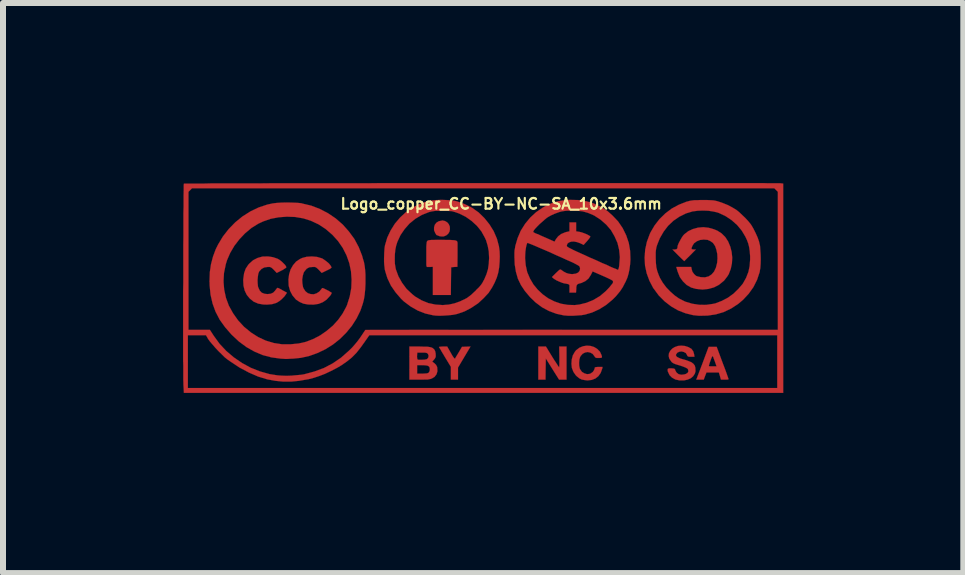
<source format=kicad_pcb>
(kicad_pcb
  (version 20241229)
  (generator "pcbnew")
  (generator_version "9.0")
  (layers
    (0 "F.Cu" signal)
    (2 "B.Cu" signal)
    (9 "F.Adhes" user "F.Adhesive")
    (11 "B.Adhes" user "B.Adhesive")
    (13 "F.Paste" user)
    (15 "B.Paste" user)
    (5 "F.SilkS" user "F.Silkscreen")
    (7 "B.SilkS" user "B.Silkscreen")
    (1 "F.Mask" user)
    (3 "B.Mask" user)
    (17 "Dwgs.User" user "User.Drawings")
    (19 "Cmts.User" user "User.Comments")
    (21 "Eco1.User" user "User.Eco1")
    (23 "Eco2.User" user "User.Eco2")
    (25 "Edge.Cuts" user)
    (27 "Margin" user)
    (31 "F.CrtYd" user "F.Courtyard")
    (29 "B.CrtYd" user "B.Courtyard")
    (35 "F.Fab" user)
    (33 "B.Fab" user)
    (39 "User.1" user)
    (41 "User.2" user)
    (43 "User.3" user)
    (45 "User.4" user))
  (footprint "Logo_copper_CC-BY-NC-SA_10x3.6mm"
    (layer "F.Cu")
    (at 5 1.746)
    (property "Reference" "Logo_copper_CC-BY-NC-SA_10x3.6mm" (at 0.3 -1.4 0) (layer "F.SilkS") (effects (font (size 0.178 0.178) (thickness 0.036))))
    (attr exclude_from_pos_files exclude_from_bom)
    (fp_poly (pts (xy -0.554 -0.978) (xy -0.561 -0.937) (xy -0.582 -0.902) (xy -0.615 -0.874) (xy -0.66 -0.856) (xy -0.663 -0.856) (xy -0.693 -0.856) (xy -0.726 -0.861) (xy -0.734 -0.864) (xy -0.759 -0.874) (xy -0.775 -0.879) (xy -0.782 -0.886) (xy -0.792 -0.904) (xy -0.798 -0.912) (xy -0.818 -0.96) (xy -0.818 -1.008) (xy -0.805 -1.052) (xy -0.777 -1.087) (xy -0.739 -1.11) (xy -0.688 -1.12) (xy -0.681 -1.123) (xy -0.635 -1.113) (xy -0.597 -1.09) (xy -0.572 -1.059) (xy -0.556 -1.021) (xy -0.554 -0.978)) (stroke (width 0.003) (type solid)) (fill yes) (layer "F.Cu"))
    (fp_poly (pts (xy 1.389 1.529) (xy 1.326 1.529) (xy 1.265 1.529) (xy 1.153 1.351) (xy 1.044 1.176) (xy 1.041 1.354) (xy 1.039 1.529) (xy 0.978 1.529) (xy 0.919 1.529) (xy 0.919 1.255) (xy 0.919 0.978) (xy 0.983 0.978) (xy 1.046 0.978) (xy 1.153 1.153) (xy 1.186 1.206) (xy 1.217 1.252) (xy 1.24 1.288) (xy 1.257 1.313) (xy 1.265 1.323) (xy 1.267 1.323) (xy 1.267 1.313) (xy 1.27 1.285) (xy 1.27 1.245) (xy 1.27 1.194) (xy 1.27 1.151) (xy 1.267 0.978) (xy 1.328 0.978) (xy 1.389 0.978) (xy 1.389 1.255) (xy 1.389 1.529)) (stroke (width 0.003) (type solid)) (fill yes) (layer "F.Cu"))
    (fp_poly (pts (xy -0.211 0.978) (xy -0.315 1.153) (xy -0.419 1.328) (xy -0.419 1.427) (xy -0.419 1.529) (xy -0.478 1.529) (xy -0.538 1.529) (xy -0.538 1.422) (xy -0.538 1.316) (xy -0.635 1.156) (xy -0.665 1.105) (xy -0.693 1.059) (xy -0.714 1.021) (xy -0.729 0.998) (xy -0.737 0.986) (xy -0.729 0.983) (xy -0.706 0.98) (xy -0.673 0.978) (xy -0.671 0.978) (xy -0.599 0.978) (xy -0.538 1.085) (xy -0.511 1.133) (xy -0.49 1.163) (xy -0.475 1.179) (xy -0.467 1.179) (xy -0.46 1.163) (xy -0.445 1.138) (xy -0.422 1.1) (xy -0.406 1.074) (xy -0.353 0.983) (xy -0.282 0.98) (xy -0.211 0.978)) (stroke (width 0.003) (type solid)) (fill yes) (layer "F.Cu"))
    (fp_poly (pts (xy 4.089 1.521) (xy 4.079 1.527) (xy 4.056 1.529) (xy 4.026 1.529) (xy 3.962 1.529) (xy 3.945 1.468) (xy 3.927 1.41) (xy 3.889 1.41) (xy 3.889 1.308) (xy 3.858 1.219) (xy 3.843 1.181) (xy 3.833 1.151) (xy 3.823 1.138) (xy 3.82 1.135) (xy 3.813 1.148) (xy 3.802 1.173) (xy 3.79 1.206) (xy 3.777 1.242) (xy 3.767 1.273) (xy 3.762 1.295) (xy 3.759 1.303) (xy 3.769 1.306) (xy 3.792 1.308) (xy 3.823 1.308) (xy 3.889 1.308) (xy 3.889 1.41) (xy 3.823 1.41) (xy 3.721 1.41) (xy 3.698 1.468) (xy 3.675 1.529) (xy 3.614 1.529) (xy 3.551 1.529) (xy 3.655 1.257) (xy 3.757 0.983) (xy 3.825 0.983) (xy 3.891 0.983) (xy 3.99 1.25) (xy 4.016 1.318) (xy 4.039 1.379) (xy 4.059 1.435) (xy 4.074 1.478) (xy 4.084 1.506) (xy 4.089 1.521)) (stroke (width 0.003) (type solid)) (fill yes) (layer "F.Cu"))
    (fp_poly (pts (xy -0.427 -0.709) (xy -0.427 -0.678) (xy -0.427 -0.635) (xy -0.427 -0.582) (xy -0.427 -0.528) (xy -0.429 -0.351) (xy -0.48 -0.348) (xy -0.533 -0.343) (xy -0.536 -0.112) (xy -0.538 0.119) (xy -0.688 0.119) (xy -0.838 0.119) (xy -0.838 -0.114) (xy -0.838 -0.351) (xy -0.881 -0.348) (xy -0.912 -0.348) (xy -0.932 -0.348) (xy -0.937 -0.348) (xy -0.94 -0.353) (xy -0.945 -0.368) (xy -0.947 -0.396) (xy -0.947 -0.442) (xy -0.947 -0.5) (xy -0.947 -0.551) (xy -0.947 -0.622) (xy -0.947 -0.678) (xy -0.945 -0.716) (xy -0.942 -0.744) (xy -0.94 -0.762) (xy -0.935 -0.775) (xy -0.932 -0.777) (xy -0.927 -0.785) (xy -0.919 -0.79) (xy -0.909 -0.792) (xy -0.892 -0.795) (xy -0.864 -0.798) (xy -0.826 -0.798) (xy -0.772 -0.8) (xy -0.701 -0.8) (xy -0.688 -0.8) (xy -0.61 -0.798) (xy -0.549 -0.798) (xy -0.503 -0.795) (xy -0.47 -0.792) (xy -0.447 -0.785) (xy -0.434 -0.775) (xy -0.429 -0.762) (xy -0.427 -0.744) (xy -0.427 -0.724) (xy -0.427 -0.709)) (stroke (width 0.003) (type solid)) (fill yes) (layer "F.Cu"))
    (fp_poly (pts (xy 1.989 1.318) (xy 1.984 1.346) (xy 1.958 1.417) (xy 1.92 1.471) (xy 1.869 1.511) (xy 1.808 1.534) (xy 1.737 1.542) (xy 1.694 1.537) (xy 1.641 1.527) (xy 1.6 1.506) (xy 1.56 1.473) (xy 1.542 1.455) (xy 1.504 1.4) (xy 1.478 1.333) (xy 1.471 1.265) (xy 1.476 1.194) (xy 1.494 1.125) (xy 1.529 1.064) (xy 1.549 1.039) (xy 1.603 0.998) (xy 1.664 0.973) (xy 1.727 0.963) (xy 1.791 0.968) (xy 1.849 0.986) (xy 1.902 1.019) (xy 1.946 1.064) (xy 1.958 1.09) (xy 1.971 1.118) (xy 1.979 1.143) (xy 1.979 1.148) (xy 1.976 1.161) (xy 1.966 1.166) (xy 1.943 1.168) (xy 1.925 1.168) (xy 1.892 1.168) (xy 1.875 1.163) (xy 1.862 1.153) (xy 1.854 1.138) (xy 1.824 1.1) (xy 1.786 1.079) (xy 1.742 1.069) (xy 1.699 1.077) (xy 1.659 1.097) (xy 1.626 1.133) (xy 1.615 1.153) (xy 1.603 1.194) (xy 1.598 1.247) (xy 1.6 1.3) (xy 1.61 1.346) (xy 1.615 1.356) (xy 1.646 1.4) (xy 1.687 1.425) (xy 1.732 1.438) (xy 1.778 1.433) (xy 1.798 1.422) (xy 1.826 1.402) (xy 1.847 1.372) (xy 1.859 1.341) (xy 1.859 1.333) (xy 1.862 1.326) (xy 1.877 1.321) (xy 1.905 1.318) (xy 1.923 1.318) (xy 1.989 1.318)) (stroke (width 0.003) (type solid)) (fill yes) (layer "F.Cu"))
    (fp_poly (pts (xy -3.269 0.081) (xy -3.287 0.109) (xy -3.315 0.147) (xy -3.353 0.185) (xy -3.396 0.221) (xy -3.437 0.246) (xy -3.447 0.251) (xy -3.518 0.272) (xy -3.602 0.279) (xy -3.665 0.277) (xy -3.749 0.262) (xy -3.825 0.229) (xy -3.886 0.18) (xy -3.937 0.119) (xy -3.973 0.046) (xy -3.993 -0.036) (xy -3.998 -0.132) (xy -3.995 -0.157) (xy -3.983 -0.244) (xy -3.957 -0.318) (xy -3.914 -0.384) (xy -3.896 -0.404) (xy -3.833 -0.46) (xy -3.759 -0.498) (xy -3.678 -0.521) (xy -3.586 -0.523) (xy -3.548 -0.518) (xy -3.503 -0.511) (xy -3.454 -0.495) (xy -3.421 -0.483) (xy -3.391 -0.465) (xy -3.358 -0.439) (xy -3.327 -0.409) (xy -3.299 -0.381) (xy -3.284 -0.356) (xy -3.279 -0.343) (xy -3.287 -0.333) (xy -3.31 -0.318) (xy -3.343 -0.297) (xy -3.358 -0.29) (xy -3.439 -0.249) (xy -3.487 -0.3) (xy -3.513 -0.325) (xy -3.533 -0.34) (xy -3.553 -0.348) (xy -3.579 -0.348) (xy -3.592 -0.348) (xy -3.647 -0.34) (xy -3.693 -0.315) (xy -3.731 -0.274) (xy -3.734 -0.269) (xy -3.747 -0.234) (xy -3.754 -0.185) (xy -3.759 -0.13) (xy -3.757 -0.074) (xy -3.752 -0.023) (xy -3.744 0) (xy -3.721 0.048) (xy -3.688 0.081) (xy -3.642 0.099) (xy -3.594 0.104) (xy -3.541 0.099) (xy -3.5 0.081) (xy -3.47 0.051) (xy -3.454 0.03) (xy -3.439 0.01) (xy -3.426 0) (xy -3.414 0.003) (xy -3.388 0.015) (xy -3.355 0.033) (xy -3.343 0.041) (xy -3.269 0.081)) (stroke (width 0.003) (type solid)) (fill yes) (layer "F.Cu"))
    (fp_poly (pts (xy -2.525 0.079) (xy -2.525 0.091) (xy -2.537 0.114) (xy -2.55 0.132) (xy -2.609 0.196) (xy -2.672 0.239) (xy -2.743 0.267) (xy -2.824 0.279) (xy -2.916 0.277) (xy -2.992 0.264) (xy -3.056 0.236) (xy -3.117 0.196) (xy -3.127 0.185) (xy -3.178 0.124) (xy -3.216 0.051) (xy -3.239 -0.03) (xy -3.241 -0.048) (xy -3.244 -0.14) (xy -3.233 -0.226) (xy -3.208 -0.307) (xy -3.167 -0.378) (xy -3.117 -0.437) (xy -3.053 -0.48) (xy -3.015 -0.498) (xy -2.939 -0.518) (xy -2.855 -0.523) (xy -2.769 -0.516) (xy -2.692 -0.493) (xy -2.682 -0.49) (xy -2.647 -0.467) (xy -2.609 -0.439) (xy -2.57 -0.406) (xy -2.543 -0.373) (xy -2.535 -0.358) (xy -2.527 -0.345) (xy -2.527 -0.338) (xy -2.537 -0.328) (xy -2.555 -0.315) (xy -2.591 -0.297) (xy -2.606 -0.29) (xy -2.69 -0.249) (xy -2.738 -0.3) (xy -2.764 -0.325) (xy -2.784 -0.34) (xy -2.802 -0.348) (xy -2.83 -0.348) (xy -2.84 -0.348) (xy -2.896 -0.343) (xy -2.939 -0.32) (xy -2.974 -0.279) (xy -2.99 -0.254) (xy -3.005 -0.203) (xy -3.015 -0.14) (xy -3.012 -0.076) (xy -3.002 -0.015) (xy -2.992 0.01) (xy -2.962 0.056) (xy -2.921 0.089) (xy -2.873 0.104) (xy -2.822 0.107) (xy -2.774 0.091) (xy -2.728 0.061) (xy -2.708 0.036) (xy -2.69 0.015) (xy -2.687 0.008) (xy -2.682 0.003) (xy -2.667 0.005) (xy -2.644 0.015) (xy -2.609 0.033) (xy -2.573 0.051) (xy -2.545 0.069) (xy -2.527 0.079) (xy -2.525 0.079)) (stroke (width 0.003) (type solid)) (fill yes) (layer "F.Cu"))
    (fp_poly (pts (xy -0.762 1.389) (xy -0.777 1.44) (xy -0.81 1.483) (xy -0.853 1.509) (xy -0.871 1.516) (xy -0.889 1.521) (xy -0.889 1.359) (xy -0.892 1.328) (xy -0.904 1.308) (xy -0.909 1.306) (xy -0.909 1.13) (xy -0.919 1.102) (xy -0.925 1.095) (xy -0.94 1.085) (xy -0.968 1.079) (xy -1.008 1.079) (xy -1.019 1.079) (xy -1.097 1.079) (xy -1.1 1.11) (xy -1.102 1.143) (xy -1.1 1.171) (xy -1.097 1.186) (xy -1.092 1.194) (xy -1.077 1.199) (xy -1.049 1.199) (xy -1.026 1.199) (xy -0.975 1.196) (xy -0.94 1.189) (xy -0.932 1.184) (xy -0.914 1.161) (xy -0.909 1.13) (xy -0.909 1.306) (xy -0.93 1.295) (xy -0.968 1.29) (xy -1.016 1.288) (xy -1.1 1.288) (xy -1.1 1.359) (xy -1.1 1.43) (xy -1.011 1.43) (xy -0.965 1.427) (xy -0.935 1.425) (xy -0.914 1.417) (xy -0.907 1.412) (xy -0.892 1.387) (xy -0.889 1.359) (xy -0.889 1.521) (xy -0.894 1.521) (xy -0.922 1.527) (xy -0.96 1.527) (xy -1.013 1.529) (xy -1.062 1.529) (xy -1.229 1.529) (xy -1.229 1.255) (xy -1.229 0.978) (xy -1.064 0.978) (xy -0.991 0.98) (xy -0.937 0.98) (xy -0.894 0.986) (xy -0.864 0.993) (xy -0.841 1.003) (xy -0.823 1.019) (xy -0.815 1.026) (xy -0.8 1.054) (xy -0.792 1.092) (xy -0.79 1.133) (xy -0.792 1.153) (xy -0.805 1.179) (xy -0.826 1.204) (xy -0.828 1.206) (xy -0.843 1.224) (xy -0.846 1.234) (xy -0.838 1.237) (xy -0.813 1.255) (xy -0.785 1.283) (xy -0.767 1.318) (xy -0.765 1.333) (xy -0.762 1.389)) (stroke (width 0.003) (type solid)) (fill yes) (layer "F.Cu"))
    (fp_poly (pts (xy 3.538 1.389) (xy 3.528 1.427) (xy 3.505 1.463) (xy 3.498 1.473) (xy 3.459 1.506) (xy 3.406 1.529) (xy 3.345 1.542) (xy 3.282 1.542) (xy 3.274 1.542) (xy 3.203 1.527) (xy 3.147 1.496) (xy 3.106 1.455) (xy 3.081 1.402) (xy 3.078 1.397) (xy 3.073 1.367) (xy 3.078 1.349) (xy 3.096 1.341) (xy 3.129 1.341) (xy 3.139 1.341) (xy 3.17 1.344) (xy 3.188 1.349) (xy 3.198 1.361) (xy 3.203 1.379) (xy 3.223 1.412) (xy 3.256 1.438) (xy 3.299 1.448) (xy 3.348 1.443) (xy 3.376 1.435) (xy 3.406 1.417) (xy 3.419 1.394) (xy 3.416 1.367) (xy 3.409 1.351) (xy 3.393 1.339) (xy 3.368 1.326) (xy 3.33 1.311) (xy 3.277 1.293) (xy 3.249 1.285) (xy 3.2 1.27) (xy 3.167 1.255) (xy 3.145 1.24) (xy 3.132 1.224) (xy 3.101 1.179) (xy 3.091 1.135) (xy 3.096 1.09) (xy 3.117 1.049) (xy 3.15 1.013) (xy 3.193 0.986) (xy 3.244 0.968) (xy 3.302 0.963) (xy 3.358 0.968) (xy 3.421 0.988) (xy 3.47 1.016) (xy 3.5 1.057) (xy 3.515 1.107) (xy 3.52 1.148) (xy 3.465 1.148) (xy 3.432 1.148) (xy 3.414 1.143) (xy 3.404 1.135) (xy 3.396 1.118) (xy 3.378 1.087) (xy 3.345 1.069) (xy 3.307 1.059) (xy 3.269 1.064) (xy 3.236 1.079) (xy 3.233 1.085) (xy 3.216 1.105) (xy 3.211 1.123) (xy 3.221 1.14) (xy 3.226 1.148) (xy 3.249 1.161) (xy 3.289 1.179) (xy 3.348 1.196) (xy 3.353 1.196) (xy 3.419 1.219) (xy 3.47 1.24) (xy 3.503 1.265) (xy 3.526 1.295) (xy 3.536 1.333) (xy 3.536 1.341) (xy 3.538 1.389)) (stroke (width 0.003) (type solid)) (fill yes) (layer "F.Cu"))
    (fp_poly (pts (xy 4.15 -0.505) (xy 4.145 -0.409) (xy 4.125 -0.315) (xy 4.092 -0.229) (xy 4.072 -0.196) (xy 4.041 -0.155) (xy 4.011 -0.117) (xy 4.006 -0.114) (xy 3.929 -0.051) (xy 3.846 -0.008) (xy 3.752 0.018) (xy 3.655 0.028) (xy 3.556 0.018) (xy 3.551 0.018) (xy 3.467 -0.005) (xy 3.391 -0.048) (xy 3.33 -0.107) (xy 3.277 -0.18) (xy 3.241 -0.269) (xy 3.226 -0.32) (xy 3.218 -0.348) (xy 3.343 -0.348) (xy 3.467 -0.348) (xy 3.475 -0.307) (xy 3.487 -0.267) (xy 3.515 -0.229) (xy 3.546 -0.201) (xy 3.551 -0.198) (xy 3.571 -0.191) (xy 3.604 -0.183) (xy 3.627 -0.178) (xy 3.696 -0.175) (xy 3.757 -0.191) (xy 3.807 -0.224) (xy 3.848 -0.272) (xy 3.879 -0.338) (xy 3.899 -0.419) (xy 3.904 -0.49) (xy 3.901 -0.564) (xy 3.886 -0.635) (xy 3.866 -0.693) (xy 3.863 -0.699) (xy 3.83 -0.747) (xy 3.785 -0.78) (xy 3.739 -0.8) (xy 3.675 -0.805) (xy 3.614 -0.798) (xy 3.561 -0.777) (xy 3.515 -0.744) (xy 3.49 -0.706) (xy 3.475 -0.673) (xy 3.472 -0.653) (xy 3.477 -0.643) (xy 3.5 -0.64) (xy 3.508 -0.638) (xy 3.543 -0.638) (xy 3.447 -0.541) (xy 3.35 -0.445) (xy 3.251 -0.541) (xy 3.155 -0.638) (xy 3.19 -0.638) (xy 3.221 -0.643) (xy 3.236 -0.66) (xy 3.239 -0.688) (xy 3.244 -0.711) (xy 3.259 -0.747) (xy 3.282 -0.79) (xy 3.305 -0.831) (xy 3.33 -0.869) (xy 3.353 -0.894) (xy 3.419 -0.945) (xy 3.495 -0.98) (xy 3.579 -1.003) (xy 3.668 -1.011) (xy 3.757 -1.001) (xy 3.848 -0.975) (xy 3.901 -0.953) (xy 3.973 -0.907) (xy 4.034 -0.846) (xy 4.082 -0.772) (xy 4.117 -0.688) (xy 4.14 -0.599) (xy 4.15 -0.505)) (stroke (width 0.003) (type solid)) (fill yes) (layer "F.Cu"))
    (fp_poly (pts (xy -1.961 -0.137) (xy -1.961 -0.066) (xy -1.966 0.028) (xy -1.974 0.112) (xy -1.986 0.188) (xy -2.004 0.259) (xy -2.029 0.333) (xy -2.047 0.384) (xy -2.111 0.513) (xy -2.189 0.635) (xy -2.192 0.638) (xy -2.192 -0.137) (xy -2.202 -0.277) (xy -2.23 -0.411) (xy -2.276 -0.541) (xy -2.339 -0.665) (xy -2.418 -0.78) (xy -2.512 -0.884) (xy -2.621 -0.978) (xy -2.743 -1.059) (xy -2.751 -1.062) (xy -2.87 -1.118) (xy -2.997 -1.158) (xy -3.132 -1.181) (xy -3.269 -1.186) (xy -3.406 -1.176) (xy -3.538 -1.151) (xy -3.665 -1.107) (xy -3.747 -1.069) (xy -3.861 -0.998) (xy -3.967 -0.909) (xy -4.061 -0.81) (xy -4.145 -0.701) (xy -4.214 -0.584) (xy -4.267 -0.462) (xy -4.288 -0.394) (xy -4.318 -0.249) (xy -4.326 -0.107) (xy -4.315 0.03) (xy -4.285 0.168) (xy -4.237 0.297) (xy -4.168 0.422) (xy -4.084 0.541) (xy -3.985 0.648) (xy -3.868 0.744) (xy -3.749 0.82) (xy -3.622 0.879) (xy -3.49 0.919) (xy -3.353 0.94) (xy -3.205 0.94) (xy -3.073 0.927) (xy -2.951 0.899) (xy -2.832 0.853) (xy -2.715 0.792) (xy -2.606 0.716) (xy -2.504 0.63) (xy -2.416 0.533) (xy -2.342 0.429) (xy -2.283 0.32) (xy -2.268 0.287) (xy -2.223 0.145) (xy -2.197 0.003) (xy -2.192 -0.137) (xy -2.192 0.638) (xy -2.283 0.749) (xy -2.388 0.853) (xy -2.504 0.945) (xy -2.631 1.024) (xy -2.764 1.087) (xy -2.898 1.135) (xy -3.038 1.166) (xy -3.104 1.173) (xy -3.167 1.179) (xy -3.218 1.181) (xy -3.261 1.184) (xy -3.299 1.184) (xy -3.34 1.181) (xy -3.376 1.179) (xy -3.528 1.158) (xy -3.673 1.12) (xy -3.81 1.062) (xy -3.942 0.988) (xy -4.069 0.894) (xy -4.191 0.78) (xy -4.194 0.777) (xy -4.3 0.655) (xy -4.389 0.531) (xy -4.458 0.399) (xy -4.508 0.262) (xy -4.542 0.114) (xy -4.557 -0.038) (xy -4.559 -0.119) (xy -4.554 -0.262) (xy -4.534 -0.396) (xy -4.501 -0.521) (xy -4.455 -0.645) (xy -4.417 -0.721) (xy -4.336 -0.856) (xy -4.239 -0.98) (xy -4.13 -1.092) (xy -4.011 -1.189) (xy -3.879 -1.273) (xy -3.741 -1.339) (xy -3.597 -1.387) (xy -3.505 -1.407) (xy -3.439 -1.415) (xy -3.358 -1.42) (xy -3.272 -1.422) (xy -3.185 -1.42) (xy -3.101 -1.417) (xy -3.03 -1.41) (xy -3.015 -1.405) (xy -2.863 -1.369) (xy -2.718 -1.313) (xy -2.583 -1.242) (xy -2.456 -1.156) (xy -2.339 -1.054) (xy -2.238 -0.94) (xy -2.146 -0.815) (xy -2.073 -0.678) (xy -2.017 -0.536) (xy -2.007 -0.498) (xy -1.986 -0.429) (xy -1.974 -0.363) (xy -1.966 -0.295) (xy -1.961 -0.221) (xy -1.961 -0.137)) (stroke (width 0.003) (type solid)) (fill yes) (layer "F.Cu"))
    (fp_poly (pts (xy 4.625 -0.478) (xy 4.623 -0.399) (xy 4.618 -0.33) (xy 4.608 -0.274) (xy 4.608 -0.267) (xy 4.564 -0.135) (xy 4.503 -0.013) (xy 4.448 0.064) (xy 4.448 -0.47) (xy 4.448 -0.528) (xy 4.442 -0.61) (xy 4.432 -0.678) (xy 4.417 -0.739) (xy 4.394 -0.8) (xy 4.369 -0.853) (xy 4.308 -0.955) (xy 4.232 -1.046) (xy 4.14 -1.128) (xy 4.041 -1.194) (xy 3.934 -1.245) (xy 3.901 -1.257) (xy 3.83 -1.273) (xy 3.749 -1.285) (xy 3.66 -1.288) (xy 3.576 -1.285) (xy 3.5 -1.275) (xy 3.493 -1.275) (xy 3.378 -1.24) (xy 3.269 -1.186) (xy 3.17 -1.118) (xy 3.081 -1.034) (xy 3.007 -0.937) (xy 2.944 -0.828) (xy 2.908 -0.739) (xy 2.893 -0.699) (xy 2.885 -0.668) (xy 2.88 -0.638) (xy 2.875 -0.602) (xy 2.875 -0.559) (xy 2.875 -0.503) (xy 2.878 -0.417) (xy 2.885 -0.345) (xy 2.901 -0.279) (xy 2.924 -0.216) (xy 2.946 -0.165) (xy 2.992 -0.086) (xy 3.053 -0.005) (xy 3.122 0.066) (xy 3.195 0.13) (xy 3.264 0.178) (xy 3.365 0.229) (xy 3.48 0.264) (xy 3.597 0.282) (xy 3.713 0.284) (xy 3.83 0.267) (xy 3.868 0.259) (xy 3.975 0.218) (xy 4.077 0.165) (xy 4.171 0.097) (xy 4.255 0.015) (xy 4.326 -0.069) (xy 4.379 -0.163) (xy 4.384 -0.175) (xy 4.42 -0.267) (xy 4.44 -0.363) (xy 4.448 -0.47) (xy 4.448 0.064) (xy 4.425 0.097) (xy 4.331 0.198) (xy 4.247 0.269) (xy 4.13 0.345) (xy 4.006 0.404) (xy 3.876 0.442) (xy 3.739 0.462) (xy 3.599 0.465) (xy 3.5 0.455) (xy 3.373 0.424) (xy 3.249 0.376) (xy 3.134 0.31) (xy 3.025 0.226) (xy 2.926 0.127) (xy 2.913 0.109) (xy 2.832 0) (xy 2.771 -0.117) (xy 2.725 -0.241) (xy 2.697 -0.371) (xy 2.69 -0.503) (xy 2.7 -0.638) (xy 2.728 -0.767) (xy 2.776 -0.897) (xy 2.789 -0.925) (xy 2.857 -1.041) (xy 2.939 -1.146) (xy 3.035 -1.24) (xy 3.142 -1.321) (xy 3.259 -1.384) (xy 3.381 -1.433) (xy 3.409 -1.44) (xy 3.444 -1.45) (xy 3.477 -1.455) (xy 3.515 -1.46) (xy 3.559 -1.46) (xy 3.614 -1.463) (xy 3.665 -1.463) (xy 3.731 -1.463) (xy 3.785 -1.46) (xy 3.828 -1.458) (xy 3.863 -1.453) (xy 3.896 -1.445) (xy 3.914 -1.44) (xy 3.995 -1.412) (xy 4.082 -1.377) (xy 4.163 -1.333) (xy 4.224 -1.295) (xy 4.267 -1.26) (xy 4.315 -1.214) (xy 4.366 -1.166) (xy 4.415 -1.113) (xy 4.453 -1.067) (xy 4.468 -1.046) (xy 4.503 -0.986) (xy 4.539 -0.914) (xy 4.572 -0.841) (xy 4.597 -0.77) (xy 4.6 -0.754) (xy 4.613 -0.701) (xy 4.618 -0.632) (xy 4.623 -0.556) (xy 4.625 -0.478)) (stroke (width 0.003) (type solid)) (fill yes) (layer "F.Cu"))
    (fp_poly (pts (xy 0.277 -0.523) (xy 0.274 -0.432) (xy 0.267 -0.345) (xy 0.254 -0.267) (xy 0.249 -0.244) (xy 0.226 -0.168) (xy 0.191 -0.086) (xy 0.15 -0.008) (xy 0.107 0.058) (xy 0.099 0.069) (xy 0.099 -0.498) (xy 0.094 -0.607) (xy 0.076 -0.701) (xy 0.048 -0.795) (xy 0.025 -0.843) (xy -0.03 -0.942) (xy -0.104 -1.034) (xy -0.193 -1.115) (xy -0.29 -1.184) (xy -0.396 -1.237) (xy -0.46 -1.26) (xy -0.493 -1.27) (xy -0.523 -1.278) (xy -0.559 -1.28) (xy -0.602 -1.283) (xy -0.655 -1.283) (xy -0.683 -1.283) (xy -0.747 -1.283) (xy -0.792 -1.283) (xy -0.831 -1.278) (xy -0.861 -1.273) (xy -0.894 -1.265) (xy -0.909 -1.26) (xy -1.024 -1.214) (xy -1.13 -1.151) (xy -1.227 -1.072) (xy -1.308 -0.98) (xy -1.377 -0.879) (xy -1.43 -0.765) (xy -1.45 -0.701) (xy -1.463 -0.638) (xy -1.471 -0.561) (xy -1.473 -0.483) (xy -1.471 -0.404) (xy -1.46 -0.335) (xy -1.455 -0.31) (xy -1.412 -0.193) (xy -1.351 -0.084) (xy -1.278 0.015) (xy -1.186 0.102) (xy -1.133 0.145) (xy -1.026 0.208) (xy -0.914 0.254) (xy -0.795 0.279) (xy -0.673 0.287) (xy -0.572 0.279) (xy -0.48 0.259) (xy -0.386 0.226) (xy -0.3 0.185) (xy -0.277 0.173) (xy -0.244 0.15) (xy -0.203 0.119) (xy -0.16 0.079) (xy -0.119 0.041) (xy -0.119 0.038) (xy -0.074 -0.005) (xy -0.041 -0.043) (xy -0.015 -0.079) (xy 0.005 -0.117) (xy 0.018 -0.14) (xy 0.056 -0.229) (xy 0.081 -0.312) (xy 0.094 -0.404) (xy 0.099 -0.498) (xy 0.099 0.069) (xy 0.097 0.076) (xy 0.01 0.17) (xy -0.084 0.257) (xy -0.193 0.33) (xy -0.307 0.391) (xy -0.424 0.432) (xy -0.45 0.439) (xy -0.508 0.45) (xy -0.579 0.457) (xy -0.653 0.462) (xy -0.726 0.465) (xy -0.792 0.462) (xy -0.833 0.457) (xy -0.965 0.427) (xy -1.09 0.378) (xy -1.209 0.31) (xy -1.321 0.226) (xy -1.369 0.18) (xy -1.46 0.074) (xy -1.537 -0.038) (xy -1.595 -0.16) (xy -1.626 -0.259) (xy -1.638 -0.302) (xy -1.643 -0.343) (xy -1.648 -0.386) (xy -1.651 -0.434) (xy -1.651 -0.493) (xy -1.648 -0.587) (xy -1.643 -0.66) (xy -1.636 -0.706) (xy -1.598 -0.836) (xy -1.542 -0.955) (xy -1.471 -1.069) (xy -1.384 -1.171) (xy -1.288 -1.26) (xy -1.179 -1.336) (xy -1.062 -1.397) (xy -0.937 -1.44) (xy -0.912 -1.445) (xy -0.851 -1.455) (xy -0.777 -1.463) (xy -0.696 -1.466) (xy -0.612 -1.463) (xy -0.533 -1.458) (xy -0.467 -1.448) (xy -0.434 -1.44) (xy -0.305 -1.394) (xy -0.183 -1.333) (xy -0.074 -1.255) (xy 0.02 -1.163) (xy 0.104 -1.059) (xy 0.175 -0.945) (xy 0.229 -0.82) (xy 0.264 -0.688) (xy 0.264 -0.683) (xy 0.274 -0.607) (xy 0.277 -0.523)) (stroke (width 0.003) (type solid)) (fill yes) (layer "F.Cu"))
    (fp_poly (pts (xy 4.999 1.75) (xy 4.91 1.75) (xy 4.91 0.699) (xy 4.91 -0.45) (xy 4.91 -1.6) (xy 4.879 -1.631) (xy 4.851 -1.659) (xy 0 -1.659) (xy -4.851 -1.659) (xy -4.879 -1.631) (xy -4.91 -1.6) (xy -4.91 -0.45) (xy -4.91 0.699) (xy -4.732 0.699) (xy -4.554 0.699) (xy -4.488 0.8) (xy -4.392 0.932) (xy -4.28 1.052) (xy -4.155 1.158) (xy -4.018 1.252) (xy -3.873 1.331) (xy -3.719 1.392) (xy -3.556 1.438) (xy -3.426 1.458) (xy -3.36 1.463) (xy -3.279 1.466) (xy -3.193 1.463) (xy -3.106 1.455) (xy -3.028 1.448) (xy -2.982 1.44) (xy -2.812 1.394) (xy -2.654 1.336) (xy -2.504 1.257) (xy -2.367 1.163) (xy -2.238 1.049) (xy -2.184 0.996) (xy -2.141 0.947) (xy -2.095 0.892) (xy -2.055 0.838) (xy -2.029 0.8) (xy -1.963 0.701) (xy 1.471 0.699) (xy 4.91 0.699) (xy 4.91 1.75) (xy 4.9 1.75) (xy 4.9 1.669) (xy 4.9 1.229) (xy 4.9 0.79) (xy 1.499 0.79) (xy -1.897 0.79) (xy -1.961 0.881) (xy -2.037 0.988) (xy -2.111 1.082) (xy -2.189 1.161) (xy -2.271 1.227) (xy -2.362 1.29) (xy -2.431 1.331) (xy -2.54 1.387) (xy -2.637 1.433) (xy -2.728 1.468) (xy -2.822 1.499) (xy -2.918 1.524) (xy -2.924 1.524) (xy -3.068 1.549) (xy -3.2 1.562) (xy -3.33 1.562) (xy -3.462 1.549) (xy -3.597 1.524) (xy -3.749 1.478) (xy -3.901 1.412) (xy -4.059 1.328) (xy -4.216 1.224) (xy -4.27 1.186) (xy -4.31 1.153) (xy -4.356 1.107) (xy -4.407 1.057) (xy -4.46 1.001) (xy -4.508 0.945) (xy -4.552 0.894) (xy -4.585 0.848) (xy -4.6 0.82) (xy -4.618 0.79) (xy -4.768 0.79) (xy -4.92 0.79) (xy -4.92 1.229) (xy -4.92 1.669) (xy -0.008 1.669) (xy 4.9 1.669) (xy 4.9 1.75) (xy 0.005 1.75) (xy -4.986 1.75) (xy -4.994 1.605) (xy -4.994 1.577) (xy -4.996 1.532) (xy -4.996 1.468) (xy -4.996 1.389) (xy -4.996 1.298) (xy -4.999 1.196) (xy -4.999 1.079) (xy -4.999 0.955) (xy -4.999 0.823) (xy -4.999 0.681) (xy -4.999 0.533) (xy -4.999 0.381) (xy -4.999 0.226) (xy -4.999 0.069) (xy -4.996 -0.086) (xy -4.996 -0.246) (xy -4.996 -0.404) (xy -4.996 -0.556) (xy -4.996 -0.709) (xy -4.994 -0.853) (xy -4.994 -0.991) (xy -4.994 -1.12) (xy -4.994 -1.242) (xy -4.991 -1.354) (xy -4.991 -1.453) (xy -4.991 -1.539) (xy -4.989 -1.613) (xy -4.989 -1.669) (xy -4.989 -1.709) (xy -4.986 -1.732) (xy -4.986 -1.735) (xy -4.976 -1.737) (xy -4.945 -1.737) (xy -4.897 -1.737) (xy -4.831 -1.737) (xy -4.75 -1.737) (xy -4.648 -1.737) (xy -4.534 -1.74) (xy -4.404 -1.74) (xy -4.26 -1.74) (xy -4.102 -1.74) (xy -3.932 -1.74) (xy -3.752 -1.74) (xy -3.559 -1.742) (xy -3.355 -1.742) (xy -3.142 -1.742) (xy -2.918 -1.742) (xy -2.687 -1.742) (xy -2.451 -1.742) (xy -2.205 -1.742) (xy -1.953 -1.742) (xy -1.697 -1.745) (xy -1.438 -1.745) (xy -1.171 -1.745) (xy -0.904 -1.745) (xy -0.632 -1.745) (xy -0.361 -1.745) (xy -0.089 -1.745) (xy 0.183 -1.745) (xy 0.455 -1.745) (xy 0.726 -1.745) (xy 0.996 -1.745) (xy 1.262 -1.745) (xy 1.524 -1.745) (xy 1.783 -1.745) (xy 2.037 -1.745) (xy 2.286 -1.745) (xy 2.527 -1.745) (xy 2.764 -1.745) (xy 2.99 -1.745) (xy 3.208 -1.745) (xy 3.416 -1.745) (xy 3.614 -1.745) (xy 3.805 -1.745) (xy 3.98 -1.745) (xy 4.145 -1.745) (xy 4.295 -1.745) (xy 4.432 -1.745) (xy 4.557 -1.745) (xy 4.663 -1.745) (xy 4.755 -1.742) (xy 4.831 -1.742) (xy 4.889 -1.742) (xy 4.928 -1.742) (xy 4.95 -1.742) (xy 4.953 -1.742) (xy 4.999 -1.737) (xy 4.999 0.005) (xy 4.999 1.75)) (stroke (width 0.003) (type solid)) (fill yes) (layer "F.Cu"))
    (fp_poly (pts (xy 2.454 -0.475) (xy 2.449 -0.396) (xy 2.438 -0.312) (xy 2.423 -0.239) (xy 2.403 -0.17) (xy 2.372 -0.099) (xy 2.367 -0.091) (xy 2.324 -0.008) (xy 2.278 0.061) (xy 2.278 -0.511) (xy 2.266 -0.632) (xy 2.238 -0.749) (xy 2.189 -0.859) (xy 2.129 -0.963) (xy 2.05 -1.054) (xy 1.958 -1.135) (xy 1.852 -1.204) (xy 1.831 -1.214) (xy 1.745 -1.25) (xy 1.656 -1.275) (xy 1.562 -1.285) (xy 1.453 -1.285) (xy 1.394 -1.285) (xy 1.349 -1.28) (xy 1.313 -1.275) (xy 1.275 -1.265) (xy 1.237 -1.252) (xy 1.189 -1.234) (xy 1.14 -1.212) (xy 1.1 -1.191) (xy 1.092 -1.186) (xy 1.062 -1.168) (xy 1.026 -1.138) (xy 0.986 -1.102) (xy 0.942 -1.064) (xy 0.904 -1.026) (xy 0.871 -0.991) (xy 0.848 -0.963) (xy 0.841 -0.95) (xy 0.833 -0.935) (xy 0.841 -0.925) (xy 0.861 -0.914) (xy 0.881 -0.904) (xy 0.917 -0.892) (xy 0.96 -0.871) (xy 1.013 -0.848) (xy 1.041 -0.836) (xy 1.189 -0.77) (xy 1.214 -0.813) (xy 1.25 -0.859) (xy 1.3 -0.897) (xy 1.359 -0.922) (xy 1.384 -0.93) (xy 1.438 -0.942) (xy 1.438 -1.016) (xy 1.438 -1.09) (xy 1.494 -1.09) (xy 1.549 -1.09) (xy 1.549 -1.016) (xy 1.549 -0.942) (xy 1.61 -0.932) (xy 1.648 -0.922) (xy 1.689 -0.907) (xy 1.727 -0.892) (xy 1.76 -0.874) (xy 1.781 -0.861) (xy 1.786 -0.853) (xy 1.781 -0.843) (xy 1.765 -0.82) (xy 1.742 -0.792) (xy 1.732 -0.78) (xy 1.674 -0.716) (xy 1.615 -0.744) (xy 1.565 -0.762) (xy 1.514 -0.772) (xy 1.468 -0.77) (xy 1.43 -0.757) (xy 1.405 -0.737) (xy 1.394 -0.709) (xy 1.394 -0.706) (xy 1.394 -0.699) (xy 1.397 -0.691) (xy 1.405 -0.683) (xy 1.417 -0.676) (xy 1.438 -0.663) (xy 1.466 -0.65) (xy 1.504 -0.63) (xy 1.554 -0.607) (xy 1.615 -0.579) (xy 1.694 -0.544) (xy 1.788 -0.5) (xy 1.814 -0.49) (xy 1.9 -0.452) (xy 1.981 -0.414) (xy 2.055 -0.384) (xy 2.118 -0.353) (xy 2.172 -0.33) (xy 2.212 -0.315) (xy 2.238 -0.302) (xy 2.245 -0.3) (xy 2.253 -0.31) (xy 2.261 -0.335) (xy 2.268 -0.376) (xy 2.268 -0.386) (xy 2.278 -0.511) (xy 2.278 0.061) (xy 2.273 0.066) (xy 2.212 0.14) (xy 2.164 0.188) (xy 2.164 -0.107) (xy 2.154 -0.122) (xy 2.129 -0.137) (xy 2.088 -0.157) (xy 2.032 -0.183) (xy 2.002 -0.196) (xy 1.824 -0.274) (xy 1.793 -0.213) (xy 1.755 -0.155) (xy 1.702 -0.112) (xy 1.636 -0.081) (xy 1.626 -0.079) (xy 1.59 -0.069) (xy 1.567 -0.056) (xy 1.557 -0.038) (xy 1.552 -0.01) (xy 1.552 0.013) (xy 1.547 0.079) (xy 1.494 0.079) (xy 1.438 0.079) (xy 1.438 0.01) (xy 1.438 -0.023) (xy 1.438 -0.046) (xy 1.427 -0.058) (xy 1.41 -0.064) (xy 1.377 -0.071) (xy 1.354 -0.074) (xy 1.318 -0.084) (xy 1.273 -0.102) (xy 1.224 -0.124) (xy 1.186 -0.147) (xy 1.168 -0.16) (xy 1.146 -0.18) (xy 1.212 -0.246) (xy 1.247 -0.279) (xy 1.27 -0.3) (xy 1.285 -0.305) (xy 1.293 -0.305) (xy 1.344 -0.269) (xy 1.389 -0.246) (xy 1.43 -0.234) (xy 1.478 -0.229) (xy 1.486 -0.229) (xy 1.542 -0.236) (xy 1.582 -0.254) (xy 1.608 -0.284) (xy 1.608 -0.287) (xy 1.615 -0.318) (xy 1.61 -0.345) (xy 1.61 -0.348) (xy 1.605 -0.356) (xy 1.598 -0.363) (xy 1.585 -0.373) (xy 1.565 -0.384) (xy 1.537 -0.399) (xy 1.499 -0.419) (xy 1.448 -0.442) (xy 1.384 -0.47) (xy 1.308 -0.505) (xy 1.214 -0.546) (xy 1.171 -0.566) (xy 1.085 -0.605) (xy 1.003 -0.64) (xy 0.93 -0.671) (xy 0.866 -0.699) (xy 0.813 -0.721) (xy 0.772 -0.737) (xy 0.747 -0.747) (xy 0.737 -0.749) (xy 0.729 -0.734) (xy 0.719 -0.701) (xy 0.711 -0.658) (xy 0.704 -0.607) (xy 0.701 -0.556) (xy 0.699 -0.505) (xy 0.699 -0.493) (xy 0.709 -0.376) (xy 0.734 -0.262) (xy 0.78 -0.155) (xy 0.838 -0.056) (xy 0.909 0.03) (xy 0.993 0.109) (xy 1.085 0.175) (xy 1.186 0.226) (xy 1.295 0.264) (xy 1.41 0.284) (xy 1.527 0.287) (xy 1.6 0.279) (xy 1.722 0.249) (xy 1.839 0.201) (xy 1.946 0.137) (xy 2.042 0.056) (xy 2.103 -0.008) (xy 2.131 -0.043) (xy 2.154 -0.071) (xy 2.164 -0.091) (xy 2.164 -0.107) (xy 2.164 0.188) (xy 2.159 0.193) (xy 2.05 0.284) (xy 1.935 0.356) (xy 1.814 0.411) (xy 1.697 0.445) (xy 1.638 0.455) (xy 1.567 0.46) (xy 1.494 0.465) (xy 1.422 0.465) (xy 1.364 0.46) (xy 1.351 0.46) (xy 1.222 0.432) (xy 1.097 0.386) (xy 0.98 0.323) (xy 0.871 0.241) (xy 0.782 0.155) (xy 0.696 0.053) (xy 0.63 -0.046) (xy 0.579 -0.152) (xy 0.546 -0.267) (xy 0.526 -0.391) (xy 0.523 -0.465) (xy 0.521 -0.528) (xy 0.521 -0.579) (xy 0.523 -0.622) (xy 0.531 -0.665) (xy 0.536 -0.699) (xy 0.574 -0.828) (xy 0.627 -0.953) (xy 0.699 -1.067) (xy 0.785 -1.171) (xy 0.884 -1.262) (xy 0.996 -1.339) (xy 1.069 -1.379) (xy 1.158 -1.417) (xy 1.247 -1.443) (xy 1.344 -1.458) (xy 1.438 -1.466) (xy 1.582 -1.463) (xy 1.717 -1.443) (xy 1.841 -1.407) (xy 1.961 -1.351) (xy 2.073 -1.278) (xy 2.154 -1.206) (xy 2.248 -1.107) (xy 2.324 -0.996) (xy 2.383 -0.876) (xy 2.426 -0.749) (xy 2.449 -0.615) (xy 2.454 -0.475)) (stroke (width 0.003) (type solid)) (fill yes) (layer "F.Cu")))
  (gr_rect
    (start -3 -3)
    (end 13 6.498)
    (stroke (width 0.1) (type default))
    (fill no)
    (layer "Edge.Cuts")))
</source>
